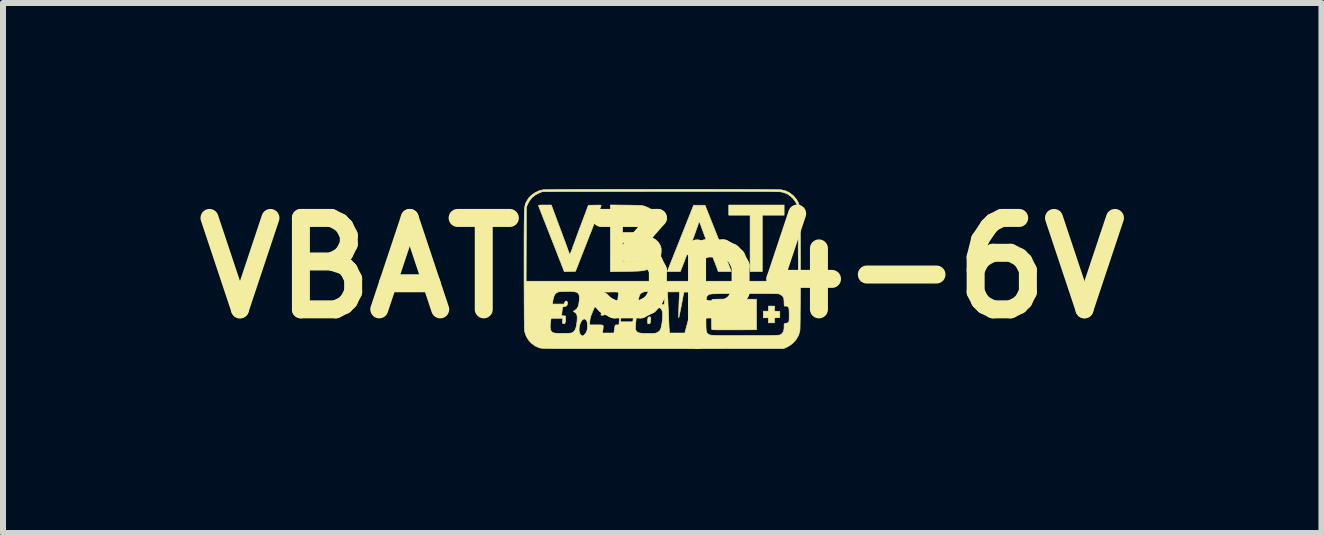
<source format=kicad_pcb>
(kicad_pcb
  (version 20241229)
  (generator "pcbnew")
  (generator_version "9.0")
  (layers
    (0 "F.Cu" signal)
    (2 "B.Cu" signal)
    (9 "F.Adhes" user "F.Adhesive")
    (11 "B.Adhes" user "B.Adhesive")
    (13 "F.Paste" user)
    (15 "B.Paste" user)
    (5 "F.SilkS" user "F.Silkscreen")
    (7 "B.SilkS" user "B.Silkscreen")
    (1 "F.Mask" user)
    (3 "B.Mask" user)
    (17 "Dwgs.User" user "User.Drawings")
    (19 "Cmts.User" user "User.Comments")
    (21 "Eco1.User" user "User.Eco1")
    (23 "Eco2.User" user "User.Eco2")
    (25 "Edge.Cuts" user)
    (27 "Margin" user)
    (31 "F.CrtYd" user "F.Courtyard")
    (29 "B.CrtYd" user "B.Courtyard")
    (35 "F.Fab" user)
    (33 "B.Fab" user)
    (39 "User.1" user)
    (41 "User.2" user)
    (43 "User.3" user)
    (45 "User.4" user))
  (footprint "VBAT 3p4-6V"
    (layer "F.Cu")
    (at 7.99 1.418)
    (property "Reference" "VBAT 3p4-6V" (at 0 0 0) (layer "F.SilkS") (effects (font (size 1.524 1.524) (thickness 0.3))))
    (attr through_hole)
    (fp_poly (pts (xy 2.032 -0.881) (xy 1.668 -0.881) (xy 1.668 0.059) (xy 1.465 0.059) (xy 1.465 -0.881) (xy 1.109 -0.881) (xy 1.109 -1.05) (xy 2.032 -1.05) (xy 2.032 -0.881)) (stroke (width 0.01) (type solid)) (fill yes) (layer "F.SilkS"))
    (fp_poly (pts (xy 1.871 0.719) (xy 1.96 0.724) (xy 1.96 0.826) (xy 1.871 0.831) (xy 1.871 0.914) (xy 1.77 0.914) (xy 1.77 0.83) (xy 1.685 0.83) (xy 1.685 0.72) (xy 1.77 0.72) (xy 1.77 0.635) (xy 1.871 0.635) (xy 1.871 0.719)) (stroke (width 0.01) (type solid)) (fill yes) (layer "F.SilkS"))
    (fp_poly (pts (xy -0.21 0.814) (xy -0.197 0.819) (xy -0.192 0.83) (xy -0.191 0.851) (xy -0.195 0.893) (xy -0.203 0.92) (xy -0.216 0.931) (xy -0.219 0.931) (xy -0.235 0.929) (xy -0.24 0.926) (xy -0.244 0.912) (xy -0.245 0.889) (xy -0.243 0.862) (xy -0.239 0.838) (xy -0.237 0.834) (xy -0.226 0.817) (xy -0.21 0.814) (xy -0.21 0.814)) (stroke (width 0.01) (type solid)) (fill yes) (layer "F.SilkS"))
    (fp_poly (pts (xy -0.946 0.617) (xy -0.947 0.638) (xy -0.949 0.667) (xy -0.953 0.701) (xy -0.957 0.736) (xy -0.961 0.76) (xy -0.966 0.778) (xy -0.976 0.786) (xy -0.996 0.787) (xy -1.016 0.786) (xy -1.022 0.781) (xy -1.021 0.773) (xy -1.012 0.748) (xy -0.999 0.718) (xy -0.985 0.686) (xy -0.971 0.655) (xy -0.959 0.63) (xy -0.951 0.614) (xy -0.948 0.61) (xy -0.946 0.617)) (stroke (width 0.01) (type solid)) (fill yes) (layer "F.SilkS"))
    (fp_poly (pts (xy 1.164 0.518) (xy 1.207 0.518) (xy 1.571 0.521) (xy 1.571 1.029) (xy 1.202 1.031) (xy 1.124 1.031) (xy 1.052 1.031) (xy 0.987 1.031) (xy 0.93 1.031) (xy 0.885 1.03) (xy 0.851 1.029) (xy 0.831 1.028) (xy 0.827 1.027) (xy 0.826 1.018) (xy 0.824 0.993) (xy 0.823 0.956) (xy 0.822 0.909) (xy 0.822 0.854) (xy 0.821 0.792) (xy 0.821 0.779) (xy 0.821 0.705) (xy 0.822 0.647) (xy 0.823 0.602) (xy 0.824 0.57) (xy 0.826 0.547) (xy 0.829 0.533) (xy 0.832 0.527) (xy 0.833 0.526) (xy 0.842 0.523) (xy 0.862 0.521) (xy 0.894 0.52) (xy 0.94 0.519) (xy 0.999 0.518) (xy 1.074 0.518) (xy 1.164 0.518)) (stroke (width 0.01) (type solid)) (fill yes) (layer "F.SilkS"))
    (fp_poly (pts (xy -1.725 -0.718) (xy -1.697 -0.643) (xy -1.67 -0.571) (xy -1.645 -0.502) (xy -1.622 -0.441) (xy -1.602 -0.387) (xy -1.587 -0.345) (xy -1.576 -0.315) (xy -1.574 -0.309) (xy -1.562 -0.275) (xy -1.551 -0.248) (xy -1.544 -0.23) (xy -1.541 -0.226) (xy -1.537 -0.232) (xy -1.528 -0.251) (xy -1.516 -0.28) (xy -1.501 -0.319) (xy -1.492 -0.345) (xy -1.478 -0.383) (xy -1.459 -0.435) (xy -1.437 -0.496) (xy -1.412 -0.564) (xy -1.385 -0.637) (xy -1.357 -0.71) (xy -1.339 -0.758) (xy -1.231 -1.046) (xy -1.123 -1.048) (xy -1.079 -1.049) (xy -1.048 -1.049) (xy -1.03 -1.048) (xy -1.021 -1.045) (xy -1.019 -1.04) (xy -1.02 -1.035) (xy -1.023 -1.025) (xy -1.033 -1) (xy -1.048 -0.963) (xy -1.067 -0.913) (xy -1.09 -0.853) (xy -1.117 -0.784) (xy -1.148 -0.707) (xy -1.18 -0.623) (xy -1.215 -0.535) (xy -1.235 -0.483) (xy -1.446 0.055) (xy -1.633 0.06) (xy -1.658 -0.006) (xy -1.665 -0.023) (xy -1.677 -0.053) (xy -1.693 -0.096) (xy -1.714 -0.148) (xy -1.738 -0.209) (xy -1.764 -0.277) (xy -1.793 -0.351) (xy -1.823 -0.427) (xy -1.854 -0.506) (xy -1.885 -0.585) (xy -1.916 -0.663) (xy -1.945 -0.738) (xy -1.973 -0.808) (xy -1.998 -0.872) (xy -2.02 -0.928) (xy -2.038 -0.975) (xy -2.052 -1.01) (xy -2.06 -1.032) (xy -2.063 -1.039) (xy -2.061 -1.044) (xy -2.049 -1.047) (xy -2.026 -1.049) (xy -1.989 -1.05) (xy -1.958 -1.05) (xy -1.849 -1.05) (xy -1.725 -0.718)) (stroke (width 0.01) (type solid)) (fill yes) (layer "F.SilkS"))
    (fp_poly (pts (xy 0.933 -0.495) (xy 0.969 -0.404) (xy 1.004 -0.317) (xy 1.036 -0.236) (xy 1.065 -0.162) (xy 1.091 -0.097) (xy 1.113 -0.042) (xy 1.13 0.002) (xy 1.143 0.034) (xy 1.15 0.053) (xy 1.151 0.057) (xy 1.144 0.058) (xy 1.122 0.059) (xy 1.09 0.059) (xy 1.05 0.059) (xy 1.043 0.059) (xy 0.935 0.059) (xy 0.923 0.028) (xy 0.916 0.008) (xy 0.904 -0.024) (xy 0.889 -0.063) (xy 0.873 -0.106) (xy 0.87 -0.112) (xy 0.828 -0.22) (xy 0.409 -0.22) (xy 0.356 -0.08) (xy 0.302 0.059) (xy 0.194 0.059) (xy 0.153 0.059) (xy 0.119 0.059) (xy 0.095 0.058) (xy 0.085 0.057) (xy 0.085 0.057) (xy 0.088 0.049) (xy 0.097 0.027) (xy 0.111 -0.009) (xy 0.13 -0.057) (xy 0.153 -0.115) (xy 0.18 -0.183) (xy 0.21 -0.258) (xy 0.243 -0.341) (xy 0.262 -0.389) (xy 0.474 -0.389) (xy 0.619 -0.389) (xy 0.672 -0.39) (xy 0.71 -0.39) (xy 0.735 -0.391) (xy 0.75 -0.393) (xy 0.757 -0.396) (xy 0.759 -0.401) (xy 0.758 -0.404) (xy 0.747 -0.432) (xy 0.732 -0.472) (xy 0.714 -0.519) (xy 0.695 -0.57) (xy 0.677 -0.619) (xy 0.661 -0.662) (xy 0.649 -0.696) (xy 0.648 -0.701) (xy 0.636 -0.732) (xy 0.626 -0.756) (xy 0.618 -0.769) (xy 0.617 -0.77) (xy 0.61 -0.764) (xy 0.61 -0.762) (xy 0.607 -0.751) (xy 0.599 -0.728) (xy 0.588 -0.694) (xy 0.574 -0.654) (xy 0.558 -0.609) (xy 0.541 -0.563) (xy 0.525 -0.519) (xy 0.51 -0.479) (xy 0.497 -0.446) (xy 0.492 -0.434) (xy 0.474 -0.389) (xy 0.262 -0.389) (xy 0.278 -0.429) (xy 0.304 -0.495) (xy 0.523 -1.046) (xy 0.714 -1.046) (xy 0.933 -0.495)) (stroke (width 0.01) (type solid)) (fill yes) (layer "F.SilkS"))
    (fp_poly (pts (xy -0.599 -1.048) (xy -0.524 -1.047) (xy -0.465 -1.046) (xy -0.417 -1.045) (xy -0.381 -1.044) (xy -0.352 -1.042) (xy -0.331 -1.039) (xy -0.313 -1.036) (xy -0.297 -1.031) (xy -0.281 -1.026) (xy -0.209 -0.993) (xy -0.151 -0.952) (xy -0.107 -0.903) (xy -0.079 -0.846) (xy -0.065 -0.781) (xy -0.064 -0.754) (xy -0.07 -0.686) (xy -0.091 -0.628) (xy -0.124 -0.579) (xy -0.163 -0.546) (xy -0.197 -0.523) (xy -0.151 -0.498) (xy -0.106 -0.47) (xy -0.073 -0.439) (xy -0.047 -0.402) (xy -0.037 -0.383) (xy -0.026 -0.359) (xy -0.02 -0.338) (xy -0.017 -0.314) (xy -0.018 -0.282) (xy -0.018 -0.264) (xy -0.022 -0.218) (xy -0.029 -0.181) (xy -0.041 -0.15) (xy -0.042 -0.148) (xy -0.07 -0.105) (xy -0.109 -0.062) (xy -0.154 -0.024) (xy -0.197 0.002) (xy -0.225 0.015) (xy -0.253 0.026) (xy -0.281 0.035) (xy -0.312 0.042) (xy -0.349 0.047) (xy -0.393 0.051) (xy -0.447 0.053) (xy -0.513 0.055) (xy -0.593 0.057) (xy -0.607 0.057) (xy -0.864 0.061) (xy -0.864 -0.423) (xy -0.66 -0.423) (xy -0.66 -0.11) (xy -0.552 -0.11) (xy -0.505 -0.111) (xy -0.459 -0.113) (xy -0.42 -0.116) (xy -0.393 -0.119) (xy -0.342 -0.133) (xy -0.297 -0.154) (xy -0.262 -0.18) (xy -0.244 -0.201) (xy -0.23 -0.239) (xy -0.226 -0.283) (xy -0.235 -0.324) (xy -0.242 -0.339) (xy -0.261 -0.366) (xy -0.285 -0.386) (xy -0.315 -0.401) (xy -0.354 -0.412) (xy -0.404 -0.419) (xy -0.467 -0.423) (xy -0.53 -0.423) (xy -0.66 -0.423) (xy -0.864 -0.423) (xy -0.864 -0.881) (xy -0.66 -0.881) (xy -0.66 -0.593) (xy -0.539 -0.593) (xy -0.474 -0.594) (xy -0.423 -0.597) (xy -0.386 -0.603) (xy -0.375 -0.605) (xy -0.331 -0.626) (xy -0.299 -0.656) (xy -0.279 -0.693) (xy -0.271 -0.734) (xy -0.278 -0.775) (xy -0.298 -0.815) (xy -0.312 -0.83) (xy -0.333 -0.848) (xy -0.358 -0.861) (xy -0.389 -0.87) (xy -0.429 -0.876) (xy -0.48 -0.88) (xy -0.546 -0.881) (xy -0.66 -0.881) (xy -0.864 -0.881) (xy -0.864 -1.051) (xy -0.599 -1.048)) (stroke (width 0.01) (type solid)) (fill yes) (layer "F.SilkS"))
    (fp_poly (pts (xy 0.122 -1.312) (xy 0.281 -1.312) (xy 0.439 -1.312) (xy 0.595 -1.312) (xy 0.747 -1.312) (xy 0.894 -1.311) (xy 1.037 -1.311) (xy 1.172 -1.311) (xy 1.301 -1.31) (xy 1.422 -1.31) (xy 1.533 -1.309) (xy 1.635 -1.309) (xy 1.725 -1.308) (xy 1.804 -1.307) (xy 1.87 -1.307) (xy 1.922 -1.306) (xy 1.959 -1.305) (xy 1.981 -1.304) (xy 1.985 -1.304) (xy 2.059 -1.285) (xy 2.126 -1.252) (xy 2.185 -1.206) (xy 2.234 -1.15) (xy 2.271 -1.085) (xy 2.294 -1.013) (xy 2.294 -1.008) (xy 2.296 -0.993) (xy 2.297 -0.962) (xy 2.298 -0.916) (xy 2.299 -0.858) (xy 2.3 -0.788) (xy 2.301 -0.708) (xy 2.301 -0.618) (xy 2.302 -0.521) (xy 2.302 -0.417) (xy 2.303 -0.309) (xy 2.303 -0.196) (xy 2.303 -0.081) (xy 2.303 0.035) (xy 2.303 0.151) (xy 2.303 0.266) (xy 2.303 0.377) (xy 2.302 0.485) (xy 2.302 0.587) (xy 2.301 0.683) (xy 2.3 0.77) (xy 2.3 0.848) (xy 2.299 0.916) (xy 2.298 0.971) (xy 2.297 1.013) (xy 2.295 1.041) (xy 2.294 1.051) (xy 2.273 1.122) (xy 2.236 1.187) (xy 2.187 1.244) (xy 2.127 1.292) (xy 2.085 1.315) (xy 2.028 1.342) (xy 0.013 1.344) (xy -0.206 1.344) (xy -0.408 1.344) (xy -0.594 1.344) (xy -0.766 1.344) (xy -0.923 1.344) (xy -1.066 1.344) (xy -1.197 1.344) (xy -1.315 1.344) (xy -1.421 1.344) (xy -1.516 1.344) (xy -1.6 1.344) (xy -1.675 1.343) (xy -1.741 1.343) (xy -1.798 1.342) (xy -1.847 1.342) (xy -1.889 1.341) (xy -1.924 1.34) (xy -1.954 1.34) (xy -1.978 1.339) (xy -1.997 1.338) (xy -2.013 1.336) (xy -2.025 1.335) (xy -2.034 1.334) (xy -2.042 1.332) (xy -2.048 1.331) (xy -2.049 1.33) (xy -2.118 1.3) (xy -2.179 1.255) (xy -2.23 1.2) (xy -2.268 1.136) (xy -2.292 1.065) (xy -2.294 1.06) (xy -2.295 1.046) (xy -2.297 1.019) (xy -2.298 0.987) (xy -1.868 0.987) (xy -1.862 1.027) (xy -1.857 1.041) (xy -1.846 1.059) (xy -1.832 1.071) (xy -1.812 1.081) (xy -1.785 1.086) (xy -1.747 1.089) (xy -1.697 1.09) (xy -1.647 1.09) (xy -1.595 1.089) (xy -1.558 1.088) (xy -1.531 1.086) (xy -1.513 1.083) (xy -1.5 1.078) (xy -1.488 1.071) (xy -1.485 1.069) (xy -1.463 1.048) (xy -1.46 1.042) (xy -1.386 1.042) (xy -1.379 1.077) (xy -1.366 1.106) (xy -1.359 1.114) (xy -1.341 1.129) (xy -1.326 1.133) (xy -1.31 1.124) (xy -1.291 1.107) (xy -1.266 1.073) (xy -1.251 1.03) (xy -1.245 0.975) (xy -1.245 0.963) (xy -1.246 0.948) (xy -1.212 0.948) (xy -1.097 0.948) (xy -1.05 0.948) (xy -1.017 0.949) (xy -0.997 0.952) (xy -0.986 0.96) (xy -0.983 0.974) (xy -0.985 0.997) (xy -0.989 1.03) (xy -0.99 1.035) (xy -0.996 1.084) (xy -0.805 1.084) (xy -0.801 1.056) (xy -0.797 1.03) (xy -0.793 1.002) (xy -0.447 1.002) (xy -0.446 1.017) (xy -0.444 1.027) (xy -0.44 1.037) (xy -0.438 1.041) (xy -0.426 1.059) (xy -0.409 1.073) (xy -0.385 1.082) (xy -0.351 1.088) (xy -0.305 1.091) (xy -0.245 1.092) (xy -0.242 1.092) (xy -0.191 1.092) (xy -0.154 1.091) (xy -0.127 1.089) (xy -0.106 1.085) (xy -0.09 1.079) (xy -0.08 1.075) (xy -0.056 1.06) (xy -0.038 1.041) (xy -0.025 1.014) (xy -0.014 0.976) (xy -0.005 0.924) (xy -0.002 0.906) (xy 0.006 0.832) (xy 0.008 0.773) (xy 0.003 0.727) (xy -0.01 0.693) (xy -0.031 0.669) (xy -0.062 0.654) (xy -0.104 0.646) (xy -0.153 0.643) (xy -0.222 0.643) (xy -0.216 0.612) (xy -0.21 0.58) (xy -0.204 0.561) (xy -0.197 0.553) (xy -0.186 0.552) (xy -0.183 0.552) (xy -0.169 0.559) (xy -0.163 0.577) (xy -0.162 0.582) (xy -0.16 0.61) (xy 0.032 0.61) (xy 0.038 0.543) (xy 0.04 0.503) (xy 0.039 0.474) (xy 0.033 0.451) (xy 0.031 0.446) (xy 0.02 0.426) (xy 0.007 0.412) (xy -0.013 0.402) (xy -0.029 0.398) (xy 0.085 0.398) (xy 0.089 0.447) (xy 0.091 0.469) (xy 0.093 0.505) (xy 0.095 0.552) (xy 0.097 0.607) (xy 0.1 0.666) (xy 0.102 0.703) (xy 0.104 0.766) (xy 0.107 0.83) (xy 0.11 0.89) (xy 0.112 0.942) (xy 0.114 0.983) (xy 0.115 0.997) (xy 0.121 1.084) (xy 0.249 1.084) (xy 0.377 1.084) (xy 0.457 0.781) (xy 0.728 0.781) (xy 0.728 0.859) (xy 0.728 0.923) (xy 0.729 0.973) (xy 0.731 1.012) (xy 0.734 1.041) (xy 0.738 1.062) (xy 0.744 1.077) (xy 0.752 1.088) (xy 0.762 1.097) (xy 0.775 1.106) (xy 0.782 1.11) (xy 0.788 1.113) (xy 0.795 1.116) (xy 0.804 1.118) (xy 0.818 1.12) (xy 0.836 1.122) (xy 0.86 1.123) (xy 0.892 1.124) (xy 0.933 1.125) (xy 0.984 1.125) (xy 1.046 1.126) (xy 1.12 1.126) (xy 1.208 1.126) (xy 1.312 1.126) (xy 1.376 1.126) (xy 1.488 1.126) (xy 1.585 1.126) (xy 1.668 1.126) (xy 1.737 1.125) (xy 1.794 1.125) (xy 1.841 1.124) (xy 1.878 1.123) (xy 1.907 1.122) (xy 1.929 1.121) (xy 1.945 1.119) (xy 1.957 1.117) (xy 1.966 1.114) (xy 1.973 1.111) (xy 2.002 1.089) (xy 2.021 1.056) (xy 2.031 1.01) (xy 2.032 0.98) (xy 2.032 0.95) (xy 2.034 0.933) (xy 2.039 0.925) (xy 2.049 0.923) (xy 2.056 0.923) (xy 2.081 0.918) (xy 2.098 0.91) (xy 2.105 0.903) (xy 2.111 0.895) (xy 2.114 0.882) (xy 2.116 0.861) (xy 2.116 0.829) (xy 2.117 0.784) (xy 2.117 0.781) (xy 2.116 0.728) (xy 2.114 0.689) (xy 2.109 0.663) (xy 2.1 0.647) (xy 2.087 0.638) (xy 2.069 0.635) (xy 2.061 0.635) (xy 2.034 0.635) (xy 2.031 0.564) (xy 2.029 0.528) (xy 2.026 0.504) (xy 2.02 0.488) (xy 2.01 0.474) (xy 2.003 0.466) (xy 1.978 0.447) (xy 1.95 0.433) (xy 1.946 0.431) (xy 1.93 0.429) (xy 1.897 0.428) (xy 1.849 0.427) (xy 1.785 0.426) (xy 1.705 0.425) (xy 1.611 0.425) (xy 1.502 0.425) (xy 1.38 0.425) (xy 1.357 0.425) (xy 1.246 0.426) (xy 1.151 0.426) (xy 1.07 0.427) (xy 1.002 0.427) (xy 0.946 0.428) (xy 0.901 0.429) (xy 0.866 0.43) (xy 0.838 0.431) (xy 0.817 0.433) (xy 0.802 0.435) (xy 0.792 0.437) (xy 0.784 0.439) (xy 0.778 0.442) (xy 0.776 0.444) (xy 0.764 0.453) (xy 0.754 0.462) (xy 0.745 0.474) (xy 0.739 0.489) (xy 0.735 0.511) (xy 0.732 0.54) (xy 0.73 0.578) (xy 0.729 0.628) (xy 0.728 0.69) (xy 0.728 0.768) (xy 0.728 0.781) (xy 0.457 0.781) (xy 0.465 0.751) (xy 0.484 0.679) (xy 0.502 0.611) (xy 0.518 0.551) (xy 0.532 0.498) (xy 0.544 0.456) (xy 0.552 0.426) (xy 0.556 0.41) (xy 0.557 0.408) (xy 0.555 0.404) (xy 0.544 0.401) (xy 0.522 0.399) (xy 0.486 0.399) (xy 0.461 0.4) (xy 0.361 0.402) (xy 0.321 0.613) (xy 0.31 0.67) (xy 0.299 0.722) (xy 0.29 0.766) (xy 0.283 0.8) (xy 0.278 0.821) (xy 0.275 0.828) (xy 0.274 0.823) (xy 0.273 0.804) (xy 0.274 0.77) (xy 0.275 0.722) (xy 0.277 0.657) (xy 0.28 0.577) (xy 0.284 0.493) (xy 0.288 0.398) (xy 0.085 0.398) (xy -0.029 0.398) (xy -0.042 0.395) (xy -0.081 0.391) (xy -0.133 0.39) (xy -0.167 0.39) (xy -0.218 0.39) (xy -0.256 0.391) (xy -0.284 0.394) (xy -0.305 0.398) (xy -0.323 0.404) (xy -0.328 0.406) (xy -0.345 0.415) (xy -0.359 0.425) (xy -0.37 0.439) (xy -0.379 0.458) (xy -0.388 0.484) (xy -0.395 0.519) (xy -0.403 0.565) (xy -0.41 0.624) (xy -0.419 0.697) (xy -0.423 0.732) (xy -0.431 0.808) (xy -0.437 0.869) (xy -0.442 0.917) (xy -0.445 0.954) (xy -0.447 0.982) (xy -0.447 1.002) (xy -0.793 1.002) (xy -0.793 0.999) (xy -0.791 0.988) (xy -0.788 0.964) (xy -0.782 0.953) (xy -0.77 0.949) (xy -0.754 0.948) (xy -0.722 0.948) (xy -0.717 0.897) (xy -0.696 0.897) (xy -0.594 0.897) (xy -0.554 0.897) (xy -0.522 0.897) (xy -0.499 0.896) (xy -0.49 0.895) (xy -0.49 0.895) (xy -0.489 0.887) (xy -0.486 0.865) (xy -0.483 0.833) (xy -0.479 0.806) (xy -0.469 0.72) (xy -0.675 0.72) (xy -0.681 0.768) (xy -0.685 0.804) (xy -0.69 0.841) (xy -0.692 0.857) (xy -0.696 0.897) (xy -0.717 0.897) (xy -0.716 0.883) (xy -0.713 0.849) (xy -0.709 0.821) (xy -0.706 0.804) (xy -0.706 0.802) (xy -0.706 0.793) (xy -0.716 0.788) (xy -0.736 0.787) (xy -0.757 0.786) (xy -0.769 0.783) (xy -0.77 0.781) (xy -0.769 0.771) (xy -0.767 0.747) (xy -0.763 0.711) (xy -0.757 0.666) (xy -0.751 0.614) (xy -0.749 0.597) (xy -0.743 0.543) (xy -0.737 0.495) (xy -0.733 0.455) (xy -0.73 0.426) (xy -0.728 0.41) (xy -0.728 0.408) (xy -0.732 0.404) (xy -0.744 0.402) (xy -0.767 0.4) (xy -0.802 0.399) (xy -0.851 0.4) (xy -0.874 0.4) (xy -1.019 0.402) (xy -1.11 0.61) (xy -1.138 0.674) (xy -1.159 0.724) (xy -1.176 0.765) (xy -1.188 0.796) (xy -1.196 0.822) (xy -1.201 0.844) (xy -1.205 0.865) (xy -1.206 0.883) (xy -1.212 0.948) (xy -1.246 0.948) (xy -1.248 0.919) (xy -1.258 0.883) (xy -1.274 0.859) (xy -1.287 0.851) (xy -1.31 0.851) (xy -1.332 0.865) (xy -1.351 0.891) (xy -1.367 0.924) (xy -1.379 0.962) (xy -1.385 1.002) (xy -1.386 1.042) (xy -1.46 1.042) (xy -1.447 1.019) (xy -1.434 0.979) (xy -1.425 0.925) (xy -1.421 0.899) (xy -1.417 0.846) (xy -1.418 0.806) (xy -1.424 0.777) (xy -1.437 0.755) (xy -1.455 0.74) (xy -1.482 0.721) (xy -1.452 0.704) (xy -1.424 0.68) (xy -1.403 0.644) (xy -1.39 0.596) (xy -1.382 0.533) (xy -1.381 0.488) (xy -1.385 0.454) (xy -1.396 0.428) (xy -1.416 0.41) (xy -1.446 0.399) (xy -1.488 0.392) (xy -1.545 0.39) (xy -1.581 0.39) (xy -1.626 0.39) (xy -1.669 0.392) (xy -1.703 0.394) (xy -1.725 0.397) (xy -1.728 0.398) (xy -1.763 0.414) (xy -1.79 0.442) (xy -1.809 0.483) (xy -1.822 0.537) (xy -1.824 0.557) (xy -1.829 0.601) (xy -1.638 0.601) (xy -1.628 0.576) (xy -1.615 0.555) (xy -1.602 0.55) (xy -1.587 0.557) (xy -1.579 0.575) (xy -1.58 0.599) (xy -1.585 0.616) (xy -1.598 0.633) (xy -1.618 0.641) (xy -1.627 0.642) (xy -1.642 0.644) (xy -1.653 0.648) (xy -1.66 0.658) (xy -1.665 0.677) (xy -1.669 0.707) (xy -1.672 0.742) (xy -1.678 0.795) (xy -1.645 0.797) (xy -1.613 0.8) (xy -1.61 0.843) (xy -1.611 0.885) (xy -1.619 0.913) (xy -1.632 0.928) (xy -1.645 0.93) (xy -1.656 0.927) (xy -1.661 0.918) (xy -1.662 0.899) (xy -1.662 0.883) (xy -1.66 0.838) (xy -1.852 0.838) (xy -1.857 0.866) (xy -1.866 0.933) (xy -1.868 0.987) (xy -2.298 0.987) (xy -2.298 0.978) (xy -2.299 0.925) (xy -2.3 0.857) (xy -2.301 0.775) (xy -2.301 0.678) (xy -2.302 0.566) (xy -2.302 0.439) (xy -2.303 0.296) (xy -2.303 0.22) (xy -2.269 0.22) (xy 2.27 0.22) (xy 2.267 -0.396) (xy 2.265 -1.012) (xy 2.245 -1.061) (xy 2.219 -1.109) (xy 2.182 -1.157) (xy 2.137 -1.199) (xy 2.091 -1.232) (xy 2.082 -1.237) (xy 2.046 -1.251) (xy 2.004 -1.264) (xy 1.975 -1.27) (xy 1.96 -1.271) (xy 1.93 -1.272) (xy 1.885 -1.273) (xy 1.824 -1.274) (xy 1.748 -1.275) (xy 1.657 -1.275) (xy 1.549 -1.276) (xy 1.426 -1.276) (xy 1.287 -1.277) (xy 1.131 -1.277) (xy 0.96 -1.277) (xy 0.772 -1.277) (xy 0.568 -1.277) (xy 0.347 -1.277) (xy 0.109 -1.277) (xy -0.038 -1.277) (xy -1.994 -1.274) (xy -2.042 -1.256) (xy -2.112 -1.221) (xy -2.171 -1.174) (xy -2.217 -1.115) (xy -2.246 -1.059) (xy -2.265 -1.012) (xy -2.267 -0.396) (xy -2.269 0.22) (xy -2.303 0.22) (xy -2.303 0.136) (xy -2.303 0.014) (xy -2.303 -0.14) (xy -2.303 -0.278) (xy -2.303 -0.401) (xy -2.303 -0.51) (xy -2.302 -0.606) (xy -2.302 -0.69) (xy -2.301 -0.762) (xy -2.3 -0.825) (xy -2.299 -0.878) (xy -2.298 -0.922) (xy -2.296 -0.959) (xy -2.294 -0.99) (xy -2.291 -1.015) (xy -2.288 -1.036) (xy -2.285 -1.053) (xy -2.281 -1.067) (xy -2.276 -1.08) (xy -2.271 -1.091) (xy -2.265 -1.103) (xy -2.259 -1.114) (xy -2.224 -1.169) (xy -2.175 -1.217) (xy -2.117 -1.257) (xy -2.053 -1.287) (xy -1.99 -1.304) (xy -1.975 -1.305) (xy -1.945 -1.305) (xy -1.899 -1.306) (xy -1.84 -1.307) (xy -1.767 -1.308) (xy -1.681 -1.308) (xy -1.585 -1.309) (xy -1.478 -1.31) (xy -1.361 -1.31) (xy -1.236 -1.311) (xy -1.104 -1.311) (xy -0.964 -1.311) (xy -0.819 -1.312) (xy -0.669 -1.312) (xy -0.515 -1.312) (xy -0.358 -1.312) (xy -0.199 -1.312) (xy -0.039 -1.312) (xy 0.122 -1.312)) (stroke (width 0.01) (type solid)) (fill yes) (layer "F.SilkS")))
  (gr_rect
    (start -3 -3)
    (end 18.98 5.836)
    (stroke (width 0.1) (type default))
    (fill no)
    (layer "Edge.Cuts")))
</source>
